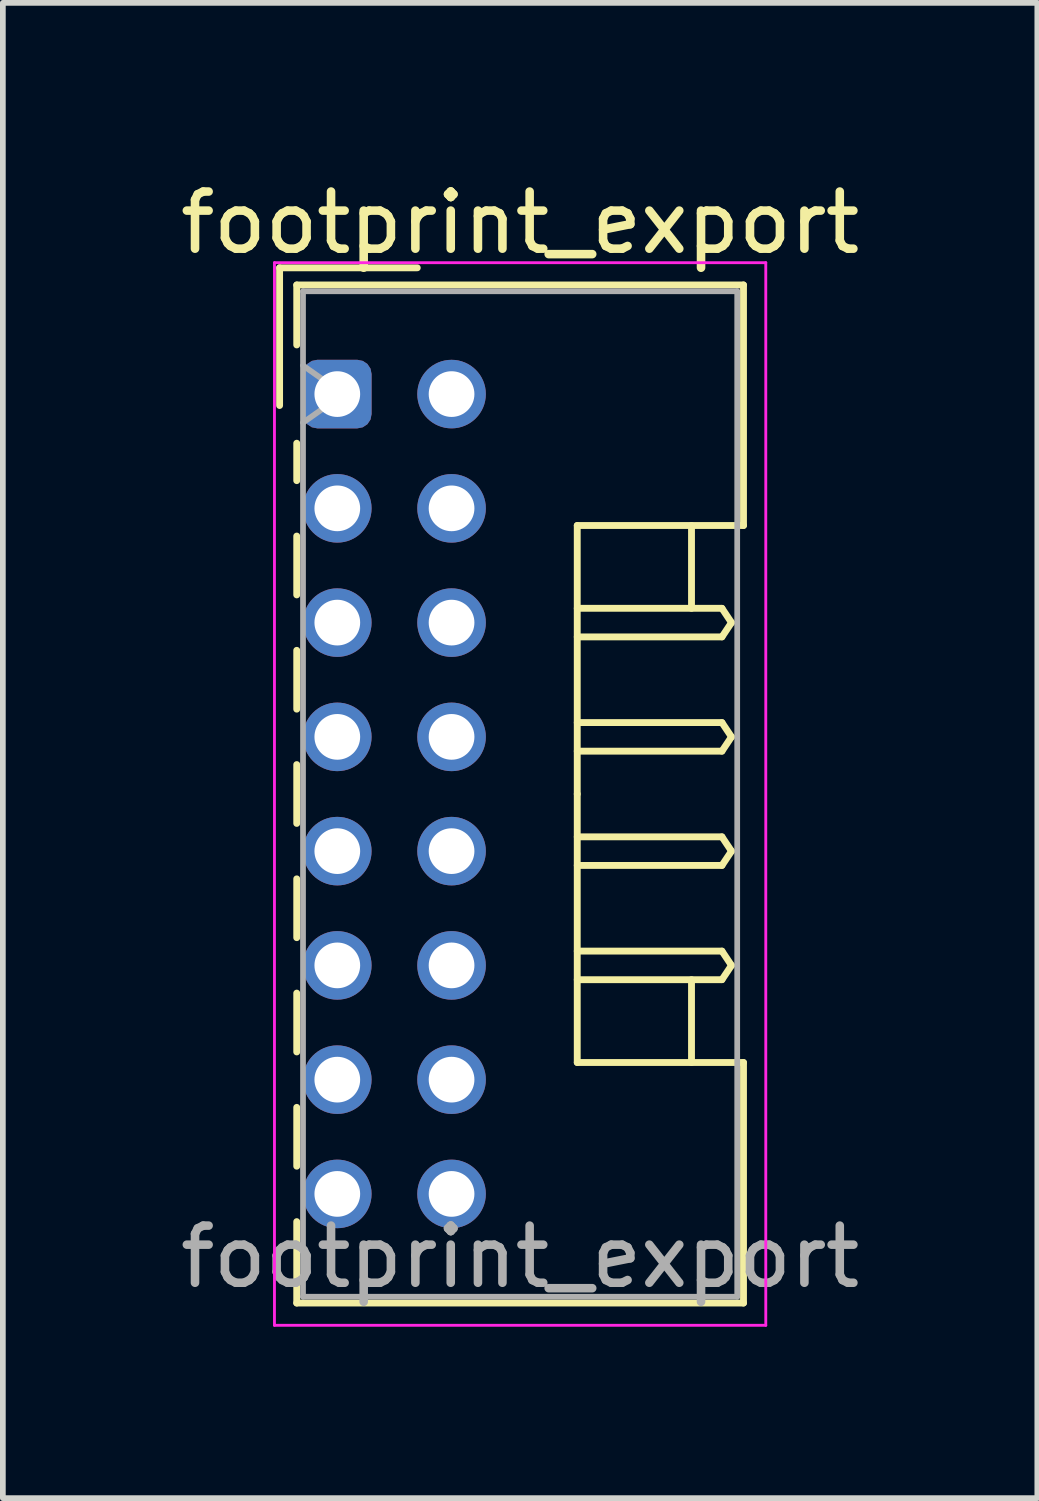
<source format=kicad_pcb>
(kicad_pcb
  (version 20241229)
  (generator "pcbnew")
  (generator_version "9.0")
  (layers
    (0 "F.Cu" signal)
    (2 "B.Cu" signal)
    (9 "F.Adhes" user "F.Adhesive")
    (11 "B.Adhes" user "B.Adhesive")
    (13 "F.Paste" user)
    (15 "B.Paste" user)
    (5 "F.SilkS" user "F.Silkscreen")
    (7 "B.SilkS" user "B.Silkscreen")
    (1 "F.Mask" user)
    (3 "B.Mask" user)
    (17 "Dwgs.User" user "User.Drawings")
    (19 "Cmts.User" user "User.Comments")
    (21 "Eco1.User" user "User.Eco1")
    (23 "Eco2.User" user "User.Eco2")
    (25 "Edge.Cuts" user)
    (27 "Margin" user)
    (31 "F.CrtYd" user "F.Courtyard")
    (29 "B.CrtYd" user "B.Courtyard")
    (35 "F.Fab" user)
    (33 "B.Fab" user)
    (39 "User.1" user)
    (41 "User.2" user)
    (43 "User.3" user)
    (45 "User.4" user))
  (footprint "footprint_export"
    (layer "F.Cu")
    (at 2.854 3.848)
    (property "Reference" "footprint_export" (at 3.2 -3 0) (layer "F.SilkS") (effects (font (size 1 1) (thickness 0.15))))
    (attr through_hole)
    (fp_line (start -1.01 -2.21) (end -1.01 0.2) (stroke (width 0.12) (type solid)) (layer "F.SilkS"))
    (fp_line (start -0.71 -1.91) (end -0.71 -0.86) (stroke (width 0.12) (type solid)) (layer "F.SilkS"))
    (fp_line (start -0.71 -1.91) (end 7.11 -1.91) (stroke (width 0.12) (type solid)) (layer "F.SilkS"))
    (fp_line (start -0.71 0.86) (end -0.71 1.515) (stroke (width 0.12) (type solid)) (layer "F.SilkS"))
    (fp_line (start -0.71 2.485) (end -0.71 3.515) (stroke (width 0.12) (type solid)) (layer "F.SilkS"))
    (fp_line (start -0.71 4.485) (end -0.71 5.515) (stroke (width 0.12) (type solid)) (layer "F.SilkS"))
    (fp_line (start -0.71 6.485) (end -0.71 7.515) (stroke (width 0.12) (type solid)) (layer "F.SilkS"))
    (fp_line (start -0.71 8.485) (end -0.71 9.515) (stroke (width 0.12) (type solid)) (layer "F.SilkS"))
    (fp_line (start -0.71 10.485) (end -0.71 11.515) (stroke (width 0.12) (type solid)) (layer "F.SilkS"))
    (fp_line (start -0.71 12.485) (end -0.71 13.515) (stroke (width 0.12) (type solid)) (layer "F.SilkS"))
    (fp_line (start -0.71 14.485) (end -0.71 15.91) (stroke (width 0.12) (type solid)) (layer "F.SilkS"))
    (fp_line (start -0.71 15.91) (end 7.11 15.91) (stroke (width 0.12) (type solid)) (layer "F.SilkS"))
    (fp_line (start 1.4 -2.21) (end -1.01 -2.21) (stroke (width 0.12) (type solid)) (layer "F.SilkS"))
    (fp_line (start 4.2 2.3) (end 4.2 7) (stroke (width 0.12) (type solid)) (layer "F.SilkS"))
    (fp_line (start 4.2 3.75) (end 6.733 3.75) (stroke (width 0.12) (type solid)) (layer "F.SilkS"))
    (fp_line (start 4.2 5.75) (end 6.733 5.75) (stroke (width 0.12) (type solid)) (layer "F.SilkS"))
    (fp_line (start 4.2 7.75) (end 6.733 7.75) (stroke (width 0.12) (type solid)) (layer "F.SilkS"))
    (fp_line (start 4.2 9.75) (end 6.733 9.75) (stroke (width 0.12) (type solid)) (layer "F.SilkS"))
    (fp_line (start 4.2 11.7) (end 4.2 7) (stroke (width 0.12) (type solid)) (layer "F.SilkS"))
    (fp_line (start 6.2 2.3) (end 6.2 3.75) (stroke (width 0.12) (type solid)) (layer "F.SilkS"))
    (fp_line (start 6.2 11.7) (end 6.2 10.25) (stroke (width 0.12) (type solid)) (layer "F.SilkS"))
    (fp_line (start 6.733 3.75) (end 6.9 4) (stroke (width 0.12) (type solid)) (layer "F.SilkS"))
    (fp_line (start 6.733 4.25) (end 4.2 4.25) (stroke (width 0.12) (type solid)) (layer "F.SilkS"))
    (fp_line (start 6.733 5.75) (end 6.9 6) (stroke (width 0.12) (type solid)) (layer "F.SilkS"))
    (fp_line (start 6.733 6.25) (end 4.2 6.25) (stroke (width 0.12) (type solid)) (layer "F.SilkS"))
    (fp_line (start 6.733 7.75) (end 6.9 8) (stroke (width 0.12) (type solid)) (layer "F.SilkS"))
    (fp_line (start 6.733 8.25) (end 4.2 8.25) (stroke (width 0.12) (type solid)) (layer "F.SilkS"))
    (fp_line (start 6.733 9.75) (end 6.9 10) (stroke (width 0.12) (type solid)) (layer "F.SilkS"))
    (fp_line (start 6.733 10.25) (end 4.2 10.25) (stroke (width 0.12) (type solid)) (layer "F.SilkS"))
    (fp_line (start 6.9 4) (end 6.733 4.25) (stroke (width 0.12) (type solid)) (layer "F.SilkS"))
    (fp_line (start 6.9 6) (end 6.733 6.25) (stroke (width 0.12) (type solid)) (layer "F.SilkS"))
    (fp_line (start 6.9 8) (end 6.733 8.25) (stroke (width 0.12) (type solid)) (layer "F.SilkS"))
    (fp_line (start 6.9 10) (end 6.733 10.25) (stroke (width 0.12) (type solid)) (layer "F.SilkS"))
    (fp_line (start 7.11 -1.91) (end 7.11 2.3) (stroke (width 0.12) (type solid)) (layer "F.SilkS"))
    (fp_line (start 7.11 2.3) (end 4.2 2.3) (stroke (width 0.12) (type solid)) (layer "F.SilkS"))
    (fp_line (start 7.11 11.7) (end 4.2 11.7) (stroke (width 0.12) (type solid)) (layer "F.SilkS"))
    (fp_line (start 7.11 15.91) (end 7.11 11.7) (stroke (width 0.12) (type solid)) (layer "F.SilkS"))
    (fp_line (start -1.1 -2.3) (end -1.1 16.3) (stroke (width 0.05) (type solid)) (layer "F.CrtYd"))
    (fp_line (start -1.1 16.3) (end 7.5 16.3) (stroke (width 0.05) (type solid)) (layer "F.CrtYd"))
    (fp_line (start 7.5 -2.3) (end -1.1 -2.3) (stroke (width 0.05) (type solid)) (layer "F.CrtYd"))
    (fp_line (start 7.5 16.3) (end 7.5 -2.3) (stroke (width 0.05) (type solid)) (layer "F.CrtYd"))
    (fp_line (start -0.6 -1.8) (end -0.6 15.8) (stroke (width 0.1) (type solid)) (layer "F.Fab"))
    (fp_line (start -0.6 0.5) (end 0.107 0) (stroke (width 0.1) (type solid)) (layer "F.Fab"))
    (fp_line (start -0.6 15.8) (end 7 15.8) (stroke (width 0.1) (type solid)) (layer "F.Fab"))
    (fp_line (start 0.107 0) (end -0.6 -0.5) (stroke (width 0.1) (type solid)) (layer "F.Fab"))
    (fp_line (start 7 -1.8) (end -0.6 -1.8) (stroke (width 0.1) (type solid)) (layer "F.Fab"))
    (fp_line (start 7 15.8) (end 7 -1.8) (stroke (width 0.1) (type solid)) (layer "F.Fab"))
    (fp_text user "${REFERENCE}" (at 3.2 15.1 0) (layer "F.Fab") (effects (font (size 1 1) (thickness 0.15))))
    (pad "a1" thru_hole roundrect (at 0 0) (size 1.2 1.2) (drill 0.8) (layers "*.Cu" "*.Mask") (roundrect_rratio 0.208))
    (pad "a2" thru_hole circle (at 0 2) (size 1.2 1.2) (drill 0.8) (layers "*.Cu" "*.Mask"))
    (pad "a3" thru_hole circle (at 0 4) (size 1.2 1.2) (drill 0.8) (layers "*.Cu" "*.Mask"))
    (pad "a4" thru_hole circle (at 0 6) (size 1.2 1.2) (drill 0.8) (layers "*.Cu" "*.Mask"))
    (pad "a5" thru_hole circle (at 0 8) (size 1.2 1.2) (drill 0.8) (layers "*.Cu" "*.Mask"))
    (pad "a6" thru_hole circle (at 0 10) (size 1.2 1.2) (drill 0.8) (layers "*.Cu" "*.Mask"))
    (pad "a7" thru_hole circle (at 0 12) (size 1.2 1.2) (drill 0.8) (layers "*.Cu" "*.Mask"))
    (pad "a8" thru_hole circle (at 0 14) (size 1.2 1.2) (drill 0.8) (layers "*.Cu" "*.Mask"))
    (pad "b1" thru_hole circle (at 2 0) (size 1.2 1.2) (drill 0.8) (layers "*.Cu" "*.Mask"))
    (pad "b2" thru_hole circle (at 2 2) (size 1.2 1.2) (drill 0.8) (layers "*.Cu" "*.Mask"))
    (pad "b3" thru_hole circle (at 2 4) (size 1.2 1.2) (drill 0.8) (layers "*.Cu" "*.Mask"))
    (pad "b4" thru_hole circle (at 2 6) (size 1.2 1.2) (drill 0.8) (layers "*.Cu" "*.Mask"))
    (pad "b5" thru_hole circle (at 2 8) (size 1.2 1.2) (drill 0.8) (layers "*.Cu" "*.Mask"))
    (pad "b6" thru_hole circle (at 2 10) (size 1.2 1.2) (drill 0.8) (layers "*.Cu" "*.Mask"))
    (pad "b7" thru_hole circle (at 2 12) (size 1.2 1.2) (drill 0.8) (layers "*.Cu" "*.Mask"))
    (pad "b8" thru_hole circle (at 2 14) (size 1.2 1.2) (drill 0.8) (layers "*.Cu" "*.Mask")))
  (gr_rect
    (start -3 -3)
    (end 15.107 23.173)
    (stroke (width 0.1) (type default))
    (fill no)
    (layer "Edge.Cuts")))
</source>
